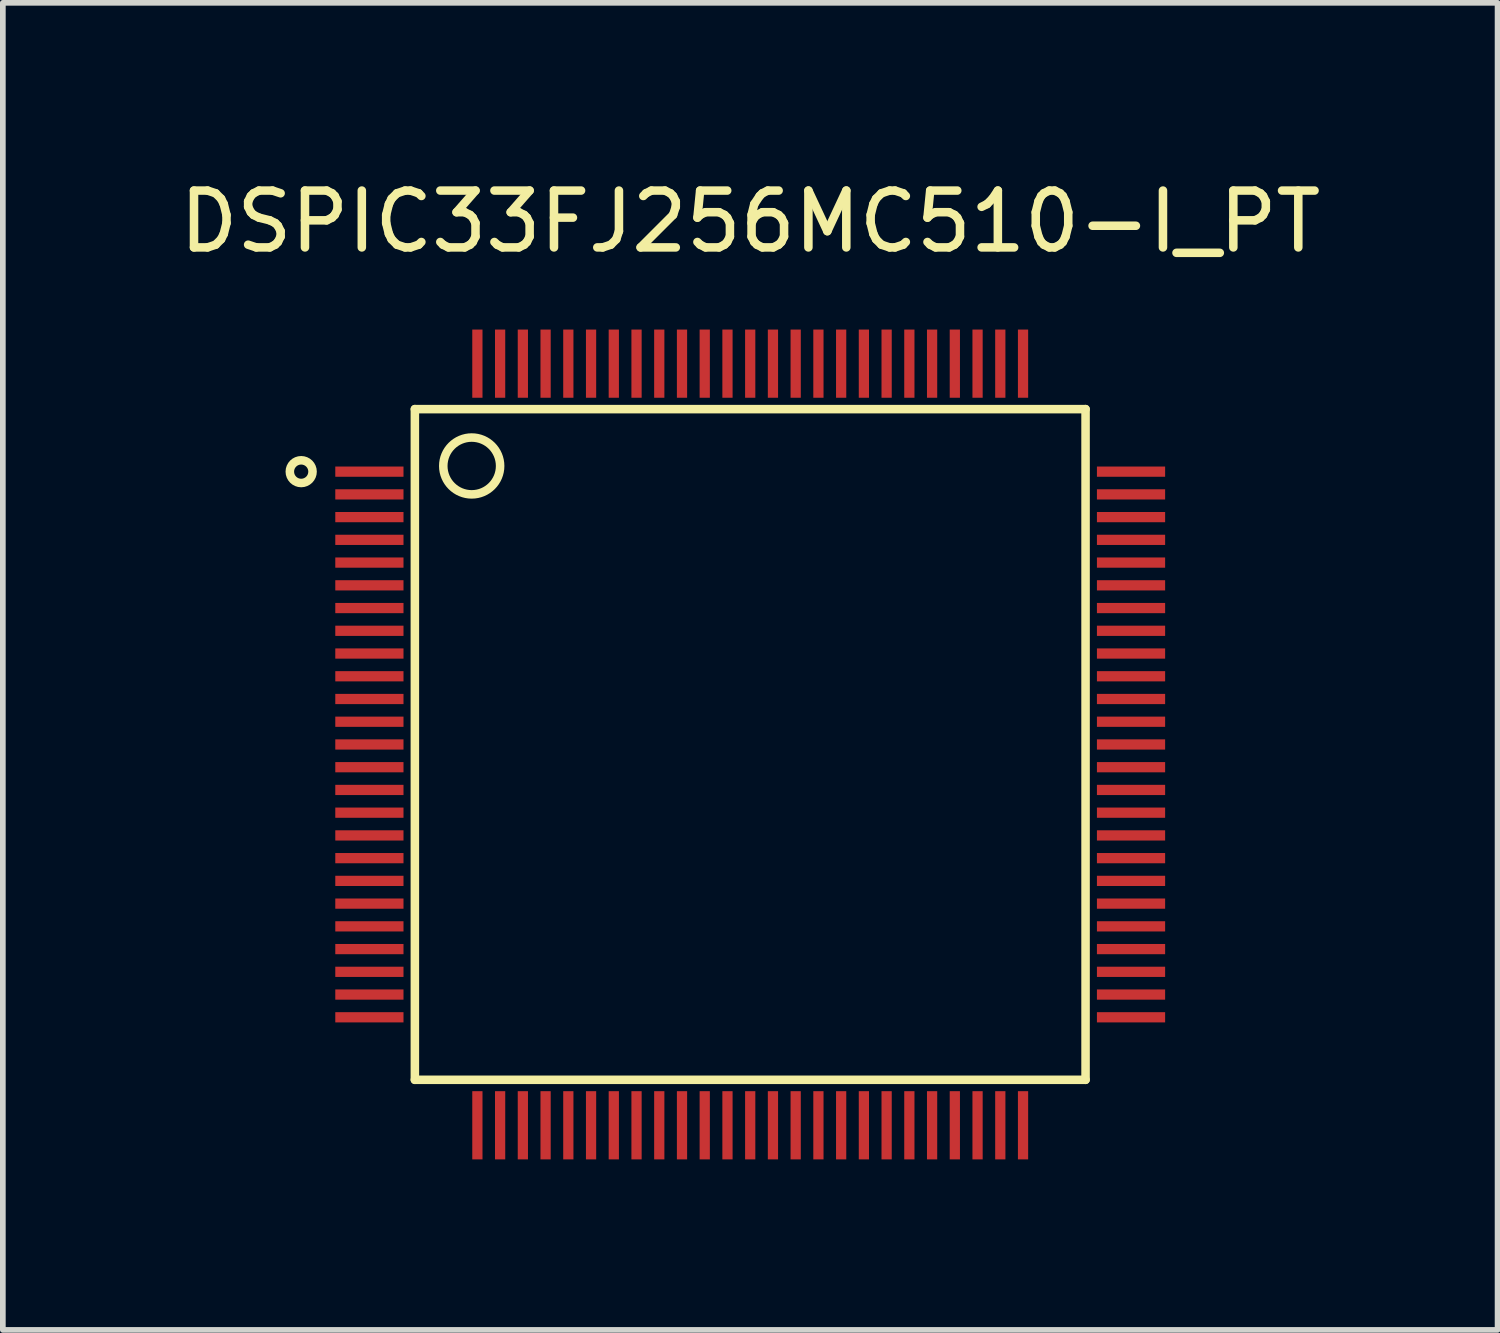
<source format=kicad_pcb>
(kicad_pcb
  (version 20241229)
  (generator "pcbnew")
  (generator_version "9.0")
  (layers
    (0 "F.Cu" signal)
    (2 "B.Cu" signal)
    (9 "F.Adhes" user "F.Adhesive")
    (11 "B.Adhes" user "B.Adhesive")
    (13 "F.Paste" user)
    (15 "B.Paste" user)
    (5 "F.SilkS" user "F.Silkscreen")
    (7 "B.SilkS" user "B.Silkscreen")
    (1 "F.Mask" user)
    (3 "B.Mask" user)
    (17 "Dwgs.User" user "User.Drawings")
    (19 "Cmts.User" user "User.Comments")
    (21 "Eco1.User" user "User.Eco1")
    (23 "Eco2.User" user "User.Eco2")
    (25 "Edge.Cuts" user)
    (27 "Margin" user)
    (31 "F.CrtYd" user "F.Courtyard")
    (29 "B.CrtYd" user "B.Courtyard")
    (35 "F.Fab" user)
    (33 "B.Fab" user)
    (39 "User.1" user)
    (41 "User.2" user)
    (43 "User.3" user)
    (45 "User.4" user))
  (footprint "DSPIC33FJ256MC510-I_PT"
    (layer "F.Cu")
    (at 3.449 3.348)
    (property "Reference" "DSPIC33FJ256MC510-I_PT" (at 6.7 -2.5 0) (layer "F.SilkS") (effects (font (size 1 1) (thickness 0.15))))
    (attr through_hole)
    (fp_line (start 0.8 0.8) (end 0.8 12.6) (stroke (width 0.15) (type solid)) (layer "F.SilkS"))
    (fp_line (start 0.8 0.8) (end 12.6 0.8) (stroke (width 0.15) (type solid)) (layer "F.SilkS"))
    (fp_line (start 0.8 12.6) (end 12.6 12.6) (stroke (width 0.15) (type solid)) (layer "F.SilkS"))
    (fp_line (start 12.6 12.6) (end 12.6 0.8) (stroke (width 0.15) (type solid)) (layer "F.SilkS"))
    (fp_circle (center -1.2 1.9) (end -1.2 1.7) (stroke (width 0.15) (type solid)) (fill no) (layer "F.SilkS"))
    (fp_circle (center 1.8 1.8) (end 1.8 1.3) (stroke (width 0.15) (type solid)) (fill no) (layer "F.SilkS"))
    (pad "1" smd rect (at 0 1.9) (size 1.2 0.18) (layers "F.Cu" "F.Mask" "F.Paste"))
    (pad "2" smd rect (at 0 2.3) (size 1.2 0.18) (layers "F.Cu" "F.Mask" "F.Paste"))
    (pad "3" smd rect (at 0 2.7) (size 1.2 0.18) (layers "F.Cu" "F.Mask" "F.Paste"))
    (pad "4" smd rect (at 0 3.1) (size 1.2 0.18) (layers "F.Cu" "F.Mask" "F.Paste"))
    (pad "5" smd rect (at 0 3.5) (size 1.2 0.18) (layers "F.Cu" "F.Mask" "F.Paste"))
    (pad "6" smd rect (at 0 3.9) (size 1.2 0.18) (layers "F.Cu" "F.Mask" "F.Paste"))
    (pad "7" smd rect (at 0 4.3) (size 1.2 0.18) (layers "F.Cu" "F.Mask" "F.Paste"))
    (pad "8" smd rect (at 0 4.7) (size 1.2 0.18) (layers "F.Cu" "F.Mask" "F.Paste"))
    (pad "9" smd rect (at 0 5.1) (size 1.2 0.18) (layers "F.Cu" "F.Mask" "F.Paste"))
    (pad "10" smd rect (at 0 5.5) (size 1.2 0.18) (layers "F.Cu" "F.Mask" "F.Paste"))
    (pad "11" smd rect (at 0 5.9) (size 1.2 0.18) (layers "F.Cu" "F.Mask" "F.Paste"))
    (pad "12" smd rect (at 0 6.3) (size 1.2 0.18) (layers "F.Cu" "F.Mask" "F.Paste"))
    (pad "13" smd rect (at 0 6.7) (size 1.2 0.18) (layers "F.Cu" "F.Mask" "F.Paste"))
    (pad "14" smd rect (at 0 7.1) (size 1.2 0.18) (layers "F.Cu" "F.Mask" "F.Paste"))
    (pad "15" smd rect (at 0 7.5) (size 1.2 0.18) (layers "F.Cu" "F.Mask" "F.Paste"))
    (pad "16" smd rect (at 0 7.9) (size 1.2 0.18) (layers "F.Cu" "F.Mask" "F.Paste"))
    (pad "17" smd rect (at 0 8.3) (size 1.2 0.18) (layers "F.Cu" "F.Mask" "F.Paste"))
    (pad "18" smd rect (at 0 8.7) (size 1.2 0.18) (layers "F.Cu" "F.Mask" "F.Paste"))
    (pad "19" smd rect (at 0 9.1) (size 1.2 0.18) (layers "F.Cu" "F.Mask" "F.Paste"))
    (pad "20" smd rect (at 0 9.5) (size 1.2 0.18) (layers "F.Cu" "F.Mask" "F.Paste"))
    (pad "21" smd rect (at 0 9.9) (size 1.2 0.18) (layers "F.Cu" "F.Mask" "F.Paste"))
    (pad "22" smd rect (at 0 10.3) (size 1.2 0.18) (layers "F.Cu" "F.Mask" "F.Paste"))
    (pad "23" smd rect (at 0 10.7) (size 1.2 0.18) (layers "F.Cu" "F.Mask" "F.Paste"))
    (pad "24" smd rect (at 0 11.1) (size 1.2 0.18) (layers "F.Cu" "F.Mask" "F.Paste"))
    (pad "25" smd rect (at 0 11.5) (size 1.2 0.18) (layers "F.Cu" "F.Mask" "F.Paste"))
    (pad "26" smd rect (at 1.9 13.4) (size 0.18 1.2) (layers "F.Cu" "F.Mask" "F.Paste"))
    (pad "27" smd rect (at 2.3 13.4) (size 0.18 1.2) (layers "F.Cu" "F.Mask" "F.Paste"))
    (pad "28" smd rect (at 2.7 13.4) (size 0.18 1.2) (layers "F.Cu" "F.Mask" "F.Paste"))
    (pad "29" smd rect (at 3.1 13.4) (size 0.18 1.2) (layers "F.Cu" "F.Mask" "F.Paste"))
    (pad "30" smd rect (at 3.5 13.4) (size 0.18 1.2) (layers "F.Cu" "F.Mask" "F.Paste"))
    (pad "31" smd rect (at 3.9 13.4) (size 0.18 1.2) (layers "F.Cu" "F.Mask" "F.Paste"))
    (pad "32" smd rect (at 4.3 13.4) (size 0.18 1.2) (layers "F.Cu" "F.Mask" "F.Paste"))
    (pad "33" smd rect (at 4.7 13.4) (size 0.18 1.2) (layers "F.Cu" "F.Mask" "F.Paste"))
    (pad "34" smd rect (at 5.1 13.4) (size 0.18 1.2) (layers "F.Cu" "F.Mask" "F.Paste"))
    (pad "35" smd rect (at 5.5 13.4) (size 0.18 1.2) (layers "F.Cu" "F.Mask" "F.Paste"))
    (pad "36" smd rect (at 5.9 13.4) (size 0.18 1.2) (layers "F.Cu" "F.Mask" "F.Paste"))
    (pad "37" smd rect (at 6.3 13.4) (size 0.18 1.2) (layers "F.Cu" "F.Mask" "F.Paste"))
    (pad "38" smd rect (at 6.7 13.4) (size 0.18 1.2) (layers "F.Cu" "F.Mask" "F.Paste"))
    (pad "39" smd rect (at 7.1 13.4) (size 0.18 1.2) (layers "F.Cu" "F.Mask" "F.Paste"))
    (pad "40" smd rect (at 7.5 13.4) (size 0.18 1.2) (layers "F.Cu" "F.Mask" "F.Paste"))
    (pad "41" smd rect (at 7.9 13.4) (size 0.18 1.2) (layers "F.Cu" "F.Mask" "F.Paste"))
    (pad "42" smd rect (at 8.3 13.4) (size 0.18 1.2) (layers "F.Cu" "F.Mask" "F.Paste"))
    (pad "43" smd rect (at 8.7 13.4) (size 0.18 1.2) (layers "F.Cu" "F.Mask" "F.Paste"))
    (pad "44" smd rect (at 9.1 13.4) (size 0.18 1.2) (layers "F.Cu" "F.Mask" "F.Paste"))
    (pad "45" smd rect (at 9.5 13.4) (size 0.18 1.2) (layers "F.Cu" "F.Mask" "F.Paste"))
    (pad "46" smd rect (at 9.9 13.4) (size 0.18 1.2) (layers "F.Cu" "F.Mask" "F.Paste"))
    (pad "47" smd rect (at 10.3 13.4) (size 0.18 1.2) (layers "F.Cu" "F.Mask" "F.Paste"))
    (pad "48" smd rect (at 10.7 13.4) (size 0.18 1.2) (layers "F.Cu" "F.Mask" "F.Paste"))
    (pad "49" smd rect (at 11.1 13.4) (size 0.18 1.2) (layers "F.Cu" "F.Mask" "F.Paste"))
    (pad "50" smd rect (at 11.5 13.4) (size 0.18 1.2) (layers "F.Cu" "F.Mask" "F.Paste"))
    (pad "51" smd rect (at 13.4 11.5) (size 1.2 0.18) (layers "F.Cu" "F.Mask" "F.Paste"))
    (pad "52" smd rect (at 13.4 11.1) (size 1.2 0.18) (layers "F.Cu" "F.Mask" "F.Paste"))
    (pad "53" smd rect (at 13.4 10.7) (size 1.2 0.18) (layers "F.Cu" "F.Mask" "F.Paste"))
    (pad "54" smd rect (at 13.4 10.3) (size 1.2 0.18) (layers "F.Cu" "F.Mask" "F.Paste"))
    (pad "55" smd rect (at 13.4 9.9) (size 1.2 0.18) (layers "F.Cu" "F.Mask" "F.Paste"))
    (pad "56" smd rect (at 13.4 9.5) (size 1.2 0.18) (layers "F.Cu" "F.Mask" "F.Paste"))
    (pad "57" smd rect (at 13.4 9.1) (size 1.2 0.18) (layers "F.Cu" "F.Mask" "F.Paste"))
    (pad "58" smd rect (at 13.4 8.7) (size 1.2 0.18) (layers "F.Cu" "F.Mask" "F.Paste"))
    (pad "59" smd rect (at 13.4 8.3) (size 1.2 0.18) (layers "F.Cu" "F.Mask" "F.Paste"))
    (pad "60" smd rect (at 13.4 7.9) (size 1.2 0.18) (layers "F.Cu" "F.Mask" "F.Paste"))
    (pad "61" smd rect (at 13.4 7.5) (size 1.2 0.18) (layers "F.Cu" "F.Mask" "F.Paste"))
    (pad "62" smd rect (at 13.4 7.1) (size 1.2 0.18) (layers "F.Cu" "F.Mask" "F.Paste"))
    (pad "63" smd rect (at 13.4 6.7) (size 1.2 0.18) (layers "F.Cu" "F.Mask" "F.Paste"))
    (pad "64" smd rect (at 13.4 6.3) (size 1.2 0.18) (layers "F.Cu" "F.Mask" "F.Paste"))
    (pad "65" smd rect (at 13.4 5.9) (size 1.2 0.18) (layers "F.Cu" "F.Mask" "F.Paste"))
    (pad "66" smd rect (at 13.4 5.5) (size 1.2 0.18) (layers "F.Cu" "F.Mask" "F.Paste"))
    (pad "67" smd rect (at 13.4 5.1) (size 1.2 0.18) (layers "F.Cu" "F.Mask" "F.Paste"))
    (pad "68" smd rect (at 13.4 4.7) (size 1.2 0.18) (layers "F.Cu" "F.Mask" "F.Paste"))
    (pad "69" smd rect (at 13.4 4.3) (size 1.2 0.18) (layers "F.Cu" "F.Mask" "F.Paste"))
    (pad "70" smd rect (at 13.4 3.9) (size 1.2 0.18) (layers "F.Cu" "F.Mask" "F.Paste"))
    (pad "71" smd rect (at 13.4 3.5) (size 1.2 0.18) (layers "F.Cu" "F.Mask" "F.Paste"))
    (pad "72" smd rect (at 13.4 3.1) (size 1.2 0.18) (layers "F.Cu" "F.Mask" "F.Paste"))
    (pad "73" smd rect (at 13.4 2.7) (size 1.2 0.18) (layers "F.Cu" "F.Mask" "F.Paste"))
    (pad "74" smd rect (at 13.4 2.3) (size 1.2 0.18) (layers "F.Cu" "F.Mask" "F.Paste"))
    (pad "75" smd rect (at 13.4 1.9) (size 1.2 0.18) (layers "F.Cu" "F.Mask" "F.Paste"))
    (pad "76" smd rect (at 11.5 0) (size 0.18 1.2) (layers "F.Cu" "F.Mask" "F.Paste"))
    (pad "77" smd rect (at 11.1 0) (size 0.18 1.2) (layers "F.Cu" "F.Mask" "F.Paste"))
    (pad "78" smd rect (at 10.7 0) (size 0.18 1.2) (layers "F.Cu" "F.Mask" "F.Paste"))
    (pad "79" smd rect (at 10.3 0) (size 0.18 1.2) (layers "F.Cu" "F.Mask" "F.Paste"))
    (pad "80" smd rect (at 9.9 0) (size 0.18 1.2) (layers "F.Cu" "F.Mask" "F.Paste"))
    (pad "81" smd rect (at 9.5 0) (size 0.18 1.2) (layers "F.Cu" "F.Mask" "F.Paste"))
    (pad "82" smd rect (at 9.1 0) (size 0.18 1.2) (layers "F.Cu" "F.Mask" "F.Paste"))
    (pad "83" smd rect (at 8.7 0) (size 0.18 1.2) (layers "F.Cu" "F.Mask" "F.Paste"))
    (pad "84" smd rect (at 8.3 0) (size 0.18 1.2) (layers "F.Cu" "F.Mask" "F.Paste"))
    (pad "85" smd rect (at 7.9 0) (size 0.18 1.2) (layers "F.Cu" "F.Mask" "F.Paste"))
    (pad "86" smd rect (at 7.5 0) (size 0.18 1.2) (layers "F.Cu" "F.Mask" "F.Paste"))
    (pad "87" smd rect (at 7.1 0) (size 0.18 1.2) (layers "F.Cu" "F.Mask" "F.Paste"))
    (pad "88" smd rect (at 6.7 0) (size 0.18 1.2) (layers "F.Cu" "F.Mask" "F.Paste"))
    (pad "89" smd rect (at 6.3 0) (size 0.18 1.2) (layers "F.Cu" "F.Mask" "F.Paste"))
    (pad "90" smd rect (at 5.9 0) (size 0.18 1.2) (layers "F.Cu" "F.Mask" "F.Paste"))
    (pad "91" smd rect (at 5.5 0) (size 0.18 1.2) (layers "F.Cu" "F.Mask" "F.Paste"))
    (pad "92" smd rect (at 5.1 0) (size 0.18 1.2) (layers "F.Cu" "F.Mask" "F.Paste"))
    (pad "93" smd rect (at 4.7 0) (size 0.18 1.2) (layers "F.Cu" "F.Mask" "F.Paste"))
    (pad "94" smd rect (at 4.3 0) (size 0.18 1.2) (layers "F.Cu" "F.Mask" "F.Paste"))
    (pad "95" smd rect (at 3.9 0) (size 0.18 1.2) (layers "F.Cu" "F.Mask" "F.Paste"))
    (pad "96" smd rect (at 3.5 0) (size 0.18 1.2) (layers "F.Cu" "F.Mask" "F.Paste"))
    (pad "97" smd rect (at 3.1 0) (size 0.18 1.2) (layers "F.Cu" "F.Mask" "F.Paste"))
    (pad "98" smd rect (at 2.7 0) (size 0.18 1.2) (layers "F.Cu" "F.Mask" "F.Paste"))
    (pad "99" smd rect (at 2.3 0) (size 0.18 1.2) (layers "F.Cu" "F.Mask" "F.Paste"))
    (pad "100" smd rect (at 1.9 0) (size 0.18 1.2) (layers "F.Cu" "F.Mask" "F.Paste")))
  (gr_rect
    (start -3 -3)
    (end 23.298 20.348)
    (stroke (width 0.1) (type default))
    (fill no)
    (layer "Edge.Cuts")))
</source>
